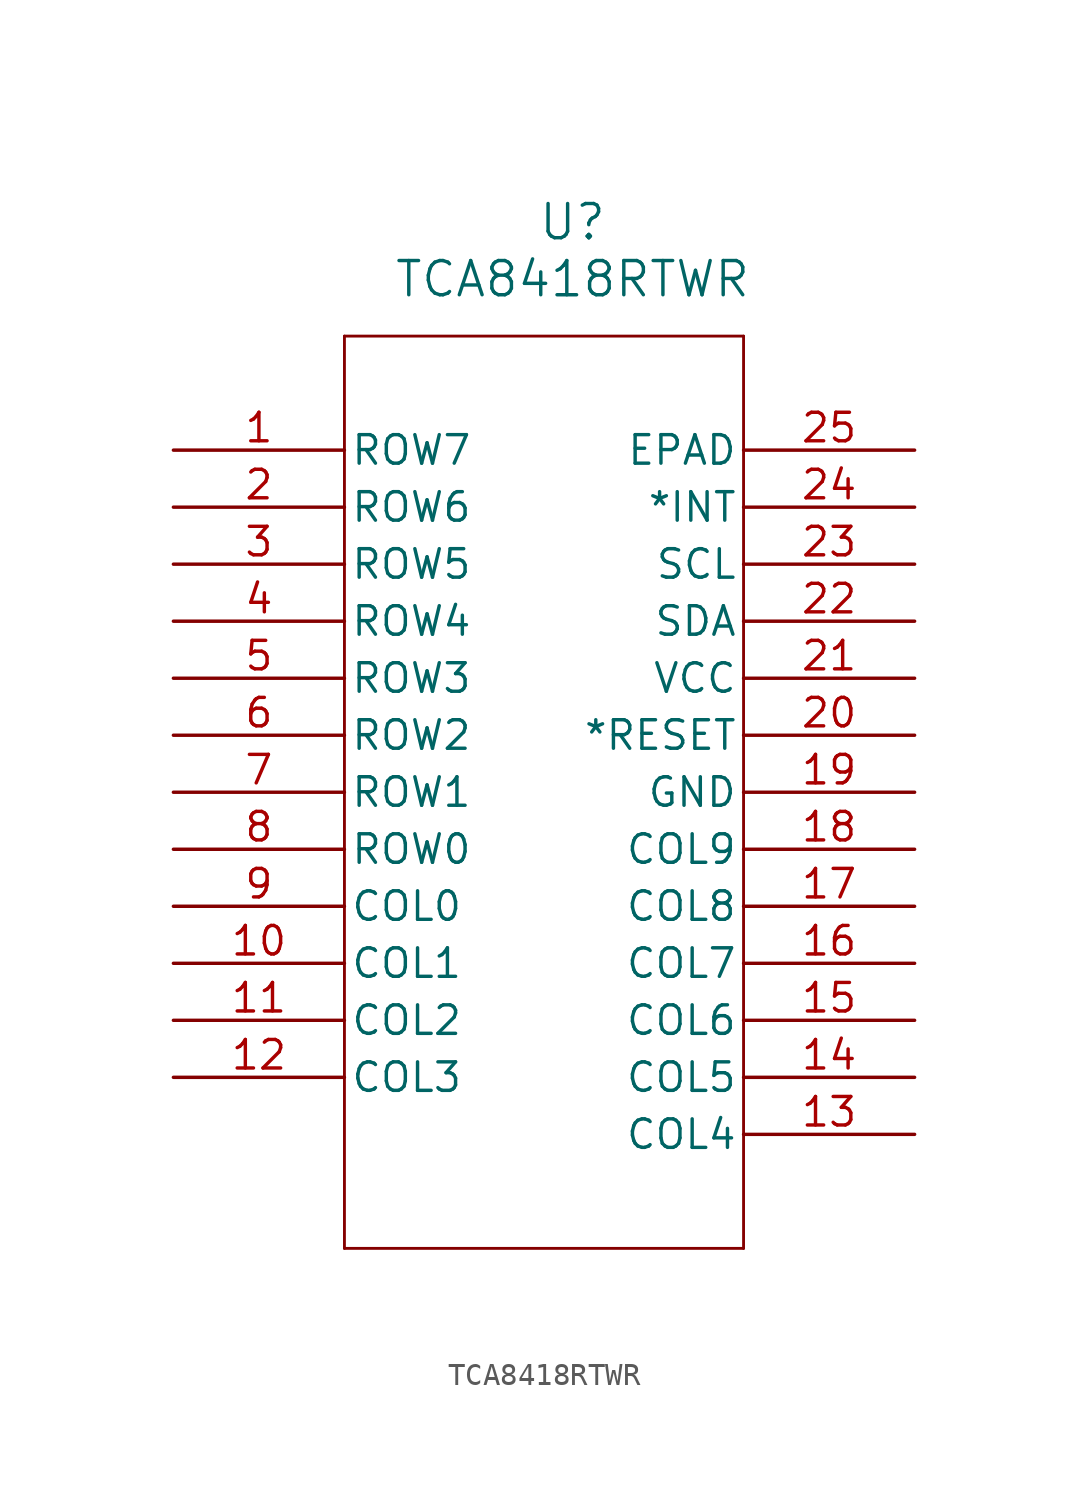
<source format=kicad_sym>
(kicad_symbol_lib
  (version 20231120)
  (generator "kicad_symbol_editor")
  (generator_version "8.0")
  (symbol "TCA8418RTWR"
    (pin_names
      (offset 0.254))
    (property "Reference" "U"
      (at 1.27 22.86 0)
      (effects (font (size 1.524 1.524))))
    (property "Value" "TCA8418RTWR"
      (at 1.27 20.32 0)
      (effects (font (size 1.524 1.524))))
    (property "ki_locked" ""
      (at 0 0 0)
      (effects (font (size 1.27 1.27))))
    (symbol "TCA8418RTWR_0_1"
      (polyline (pts (xy -8.89 -22.86) (xy 8.89 -22.86)) (stroke (width 0.127) (type default)) (fill (type none)))
      (polyline (pts (xy -8.89 17.78) (xy -8.89 -22.86)) (stroke (width 0.127) (type default)) (fill (type none)))
      (polyline (pts (xy 8.89 -22.86) (xy 8.89 17.78)) (stroke (width 0.127) (type default)) (fill (type none)))
      (polyline (pts (xy 8.89 17.78) (xy -8.89 17.78)) (stroke (width 0.127) (type default)) (fill (type none)))
      (pin bidirectional line (at -16.51 12.7 0) (length 7.62) (name "ROW7" (effects (font (size 1.27 1.27)))) (number "1" (effects (font (size 1.27 1.27)))))
      (pin bidirectional line (at -16.51 -10.16 0) (length 7.62) (name "COL1" (effects (font (size 1.27 1.27)))) (number "10" (effects (font (size 1.27 1.27)))))
      (pin bidirectional line (at -16.51 -12.7 0) (length 7.62) (name "COL2" (effects (font (size 1.27 1.27)))) (number "11" (effects (font (size 1.27 1.27)))))
      (pin bidirectional line (at -16.51 -15.24 0) (length 7.62) (name "COL3" (effects (font (size 1.27 1.27)))) (number "12" (effects (font (size 1.27 1.27)))))
      (pin bidirectional line (at 16.51 -17.78 180) (length 7.62) (name "COL4" (effects (font (size 1.27 1.27)))) (number "13" (effects (font (size 1.27 1.27)))))
      (pin bidirectional line (at 16.51 -15.24 180) (length 7.62) (name "COL5" (effects (font (size 1.27 1.27)))) (number "14" (effects (font (size 1.27 1.27)))))
      (pin bidirectional line (at 16.51 -12.7 180) (length 7.62) (name "COL6" (effects (font (size 1.27 1.27)))) (number "15" (effects (font (size 1.27 1.27)))))
      (pin bidirectional line (at 16.51 -10.16 180) (length 7.62) (name "COL7" (effects (font (size 1.27 1.27)))) (number "16" (effects (font (size 1.27 1.27)))))
      (pin bidirectional line (at 16.51 -7.62 180) (length 7.62) (name "COL8" (effects (font (size 1.27 1.27)))) (number "17" (effects (font (size 1.27 1.27)))))
      (pin bidirectional line (at 16.51 -5.08 180) (length 7.62) (name "COL9" (effects (font (size 1.27 1.27)))) (number "18" (effects (font (size 1.27 1.27)))))
      (pin power_in line (at 16.51 -2.54 180) (length 7.62) (name "GND" (effects (font (size 1.27 1.27)))) (number "19" (effects (font (size 1.27 1.27)))))
      (pin bidirectional line (at -16.51 10.16 0) (length 7.62) (name "ROW6" (effects (font (size 1.27 1.27)))) (number "2" (effects (font (size 1.27 1.27)))))
      (pin input line (at 16.51 0 180) (length 7.62) (name "*RESET" (effects (font (size 1.27 1.27)))) (number "20" (effects (font (size 1.27 1.27)))))
      (pin power_in line (at 16.51 2.54 180) (length 7.62) (name "VCC" (effects (font (size 1.27 1.27)))) (number "21" (effects (font (size 1.27 1.27)))))
      (pin bidirectional line (at 16.51 5.08 180) (length 7.62) (name "SDA" (effects (font (size 1.27 1.27)))) (number "22" (effects (font (size 1.27 1.27)))))
      (pin input line (at 16.51 7.62 180) (length 7.62) (name "SCL" (effects (font (size 1.27 1.27)))) (number "23" (effects (font (size 1.27 1.27)))))
      (pin output line (at 16.51 10.16 180) (length 7.62) (name "*INT" (effects (font (size 1.27 1.27)))) (number "24" (effects (font (size 1.27 1.27)))))
      (pin unspecified line (at 16.51 12.7 180) (length 7.62) (name "EPAD" (effects (font (size 1.27 1.27)))) (number "25" (effects (font (size 1.27 1.27)))))
      (pin bidirectional line (at -16.51 7.62 0) (length 7.62) (name "ROW5" (effects (font (size 1.27 1.27)))) (number "3" (effects (font (size 1.27 1.27)))))
      (pin bidirectional line (at -16.51 5.08 0) (length 7.62) (name "ROW4" (effects (font (size 1.27 1.27)))) (number "4" (effects (font (size 1.27 1.27)))))
      (pin bidirectional line (at -16.51 2.54 0) (length 7.62) (name "ROW3" (effects (font (size 1.27 1.27)))) (number "5" (effects (font (size 1.27 1.27)))))
      (pin bidirectional line (at -16.51 0 0) (length 7.62) (name "ROW2" (effects (font (size 1.27 1.27)))) (number "6" (effects (font (size 1.27 1.27)))))
      (pin bidirectional line (at -16.51 -2.54 0) (length 7.62) (name "ROW1" (effects (font (size 1.27 1.27)))) (number "7" (effects (font (size 1.27 1.27)))))
      (pin bidirectional line (at -16.51 -5.08 0) (length 7.62) (name "ROW0" (effects (font (size 1.27 1.27)))) (number "8" (effects (font (size 1.27 1.27)))))
      (pin bidirectional line (at -16.51 -7.62 0) (length 7.62) (name "COL0" (effects (font (size 1.27 1.27)))) (number "9" (effects (font (size 1.27 1.27))))))))
</source>
